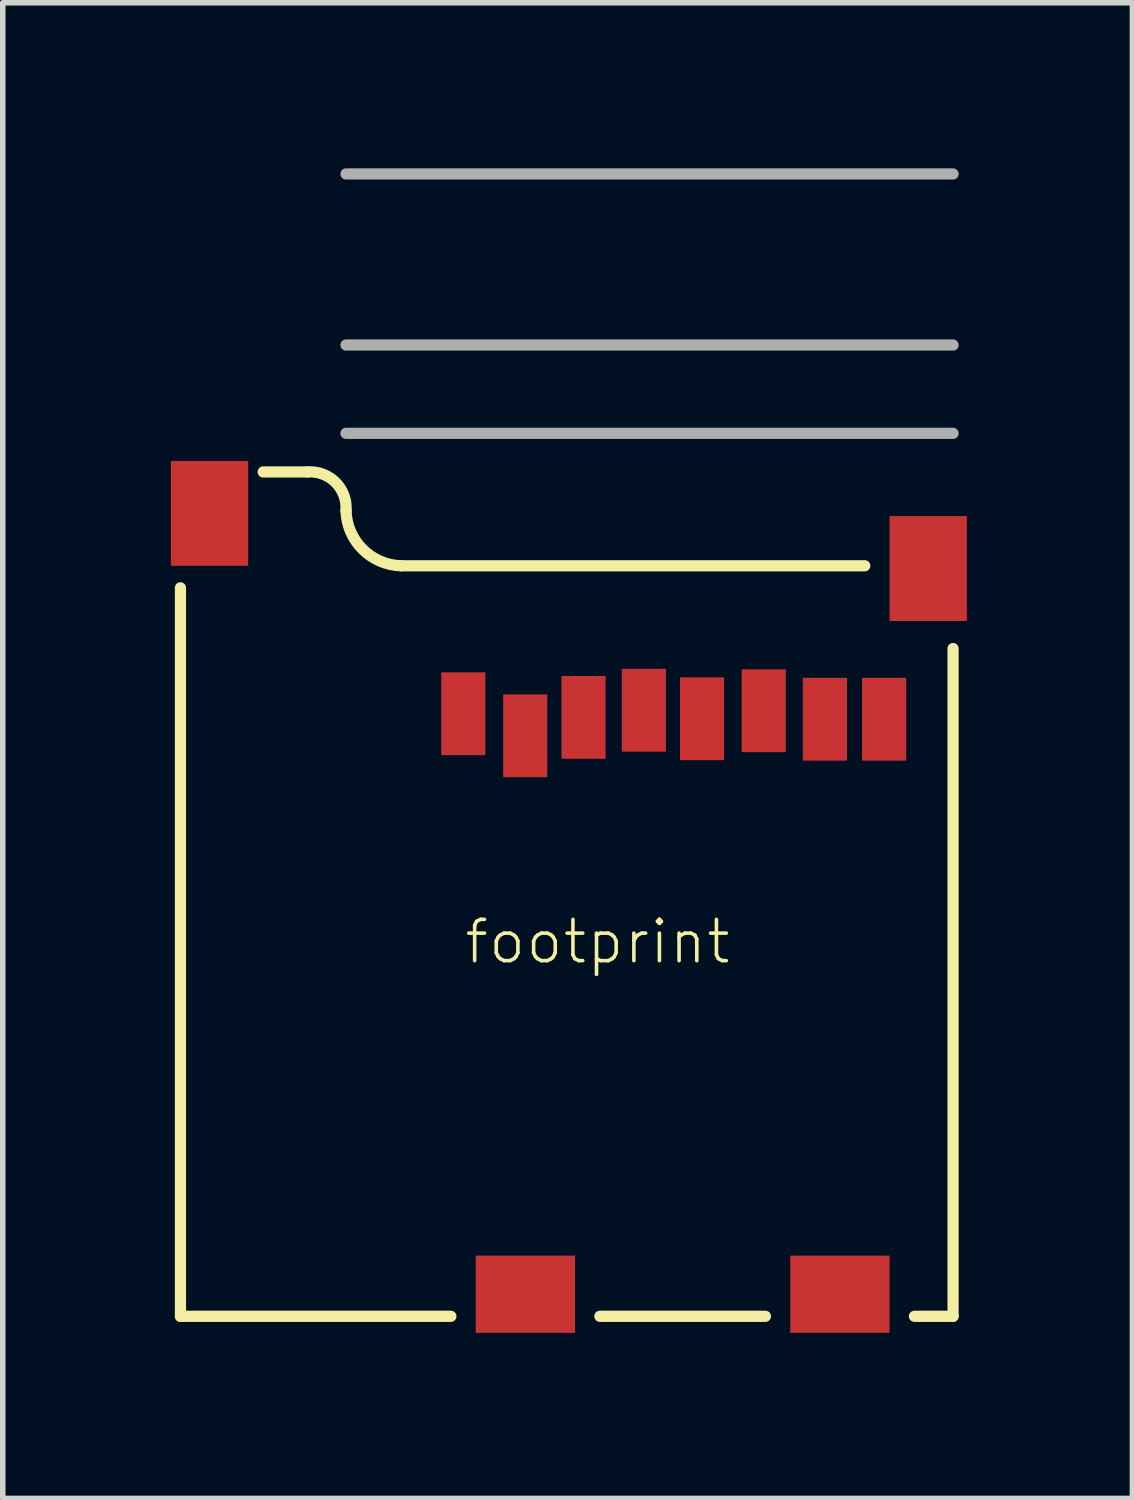
<source format=kicad_pcb>
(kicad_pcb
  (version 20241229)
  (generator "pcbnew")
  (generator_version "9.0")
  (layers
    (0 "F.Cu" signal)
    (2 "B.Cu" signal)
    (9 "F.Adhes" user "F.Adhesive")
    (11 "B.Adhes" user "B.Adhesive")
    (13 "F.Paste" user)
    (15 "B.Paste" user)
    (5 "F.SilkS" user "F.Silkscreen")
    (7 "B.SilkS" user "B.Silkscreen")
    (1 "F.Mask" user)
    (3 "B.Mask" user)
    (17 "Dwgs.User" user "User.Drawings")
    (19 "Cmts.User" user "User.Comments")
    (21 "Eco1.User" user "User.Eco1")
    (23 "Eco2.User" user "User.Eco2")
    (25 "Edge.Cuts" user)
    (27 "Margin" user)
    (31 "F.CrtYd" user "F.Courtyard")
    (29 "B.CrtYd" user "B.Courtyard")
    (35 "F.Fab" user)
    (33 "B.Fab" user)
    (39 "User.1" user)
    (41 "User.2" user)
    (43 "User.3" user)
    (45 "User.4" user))
  (footprint "footprint"
    (layer "F.Cu")
    (at 0.25 20.802)
    (property "Reference" "footprint" (at 5.08 -6.35 0) (layer "F.SilkS") (effects (font (size 0.748 0.748) (thickness 0.065)) (justify left bottom)))
    (fp_line (start -0.03 0) (end -0.03 -13.2) (stroke (width 0.203) (type solid)) (layer "F.SilkS"))
    (fp_line (start -0.03 0) (end 4.87 0) (stroke (width 0.203) (type solid)) (layer "F.SilkS"))
    (fp_line (start 2.27 -15.3) (end 1.47 -15.3) (stroke (width 0.203) (type solid)) (layer "F.SilkS"))
    (fp_line (start 3.97 -13.6) (end 12.37 -13.6) (stroke (width 0.203) (type solid)) (layer "F.SilkS"))
    (fp_line (start 10.57 0) (end 7.57 0) (stroke (width 0.203) (type solid)) (layer "F.SilkS"))
    (fp_line (start 13.97 -12.1) (end 13.97 0) (stroke (width 0.203) (type solid)) (layer "F.SilkS"))
    (fp_line (start 13.97 0) (end 13.27 0) (stroke (width 0.203) (type solid)) (layer "F.SilkS"))
    (fp_arc (start 2.27 -15.3) (mid 2.780977 -15.110977) (end 2.97 -14.6) (stroke (width 0.2032) (type solid)) (layer "F.SilkS"))
    (fp_arc (start 3.969998 -13.6) (mid 3.269999 -13.9) (end 2.97 -14.6) (stroke (width 0.2032) (type solid)) (layer "F.SilkS"))
    (fp_line (start 2.97 -16) (end 13.97 -16) (stroke (width 0.203) (type solid)) (layer "F.Fab"))
    (fp_line (start 13.97 -20.7) (end 2.97 -20.7) (stroke (width 0.203) (type solid)) (layer "F.Fab"))
    (fp_line (start 13.97 -17.6) (end 2.97 -17.6) (stroke (width 0.203) (type solid)) (layer "F.Fab"))
    (pad "1" smd rect (at 5.096 -10.919) (size 0.8 1.5) (layers "F.Cu" "F.Mask" "F.Paste"))
    (pad "2" smd rect (at 6.218 -10.519) (size 0.8 1.5) (layers "F.Cu" "F.Mask" "F.Paste"))
    (pad "3" smd rect (at 7.274 -10.853) (size 0.8 1.5) (layers "F.Cu" "F.Mask" "F.Paste"))
    (pad "4" smd rect (at 8.367 -10.982) (size 0.8 1.5) (layers "F.Cu" "F.Mask" "F.Paste"))
    (pad "5" smd rect (at 9.421 -10.828) (size 0.8 1.5) (layers "F.Cu" "F.Mask" "F.Paste"))
    (pad "6" smd rect (at 10.539 -10.973) (size 0.8 1.5) (layers "F.Cu" "F.Mask" "F.Paste"))
    (pad "7" smd rect (at 11.648 -10.819) (size 0.8 1.5) (layers "F.Cu" "F.Mask" "F.Paste"))
    (pad "8" smd rect (at 12.721 -10.819) (size 0.8 1.5) (layers "F.Cu" "F.Mask" "F.Paste"))
    (pad "CD1" smd rect (at 11.92 -0.4) (size 1.8 1.4) (layers "F.Cu" "F.Mask" "F.Paste"))
    (pad "CD2" smd rect (at 6.22 -0.4) (size 1.8 1.4) (layers "F.Cu" "F.Mask" "F.Paste"))
    (pad "GND1" smd rect (at 0.497 -14.55) (size 1.4 1.9) (layers "F.Cu" "F.Mask" "F.Paste"))
    (pad "GND3" smd rect (at 13.52 -13.55) (size 1.4 1.9) (layers "F.Cu" "F.Mask" "F.Paste")))
  (gr_rect
    (start -3 -3)
    (end 17.47 24.102)
    (stroke (width 0.1) (type default))
    (fill no)
    (layer "Edge.Cuts")))
</source>
